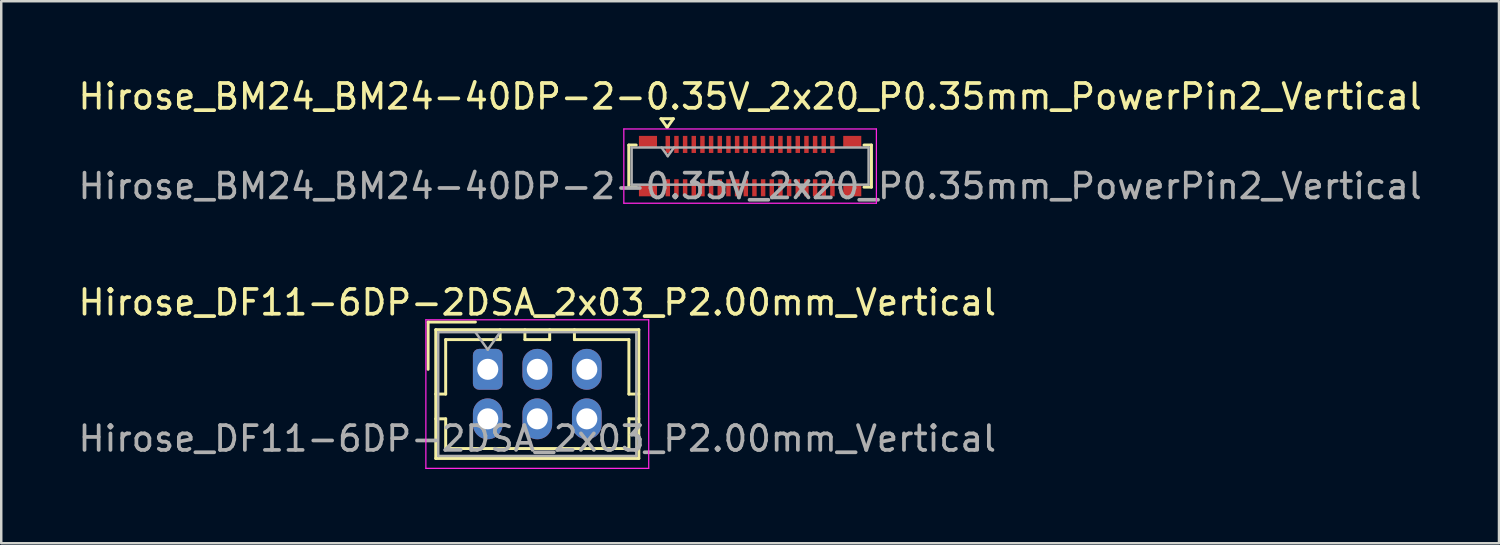
<source format=kicad_pcb>
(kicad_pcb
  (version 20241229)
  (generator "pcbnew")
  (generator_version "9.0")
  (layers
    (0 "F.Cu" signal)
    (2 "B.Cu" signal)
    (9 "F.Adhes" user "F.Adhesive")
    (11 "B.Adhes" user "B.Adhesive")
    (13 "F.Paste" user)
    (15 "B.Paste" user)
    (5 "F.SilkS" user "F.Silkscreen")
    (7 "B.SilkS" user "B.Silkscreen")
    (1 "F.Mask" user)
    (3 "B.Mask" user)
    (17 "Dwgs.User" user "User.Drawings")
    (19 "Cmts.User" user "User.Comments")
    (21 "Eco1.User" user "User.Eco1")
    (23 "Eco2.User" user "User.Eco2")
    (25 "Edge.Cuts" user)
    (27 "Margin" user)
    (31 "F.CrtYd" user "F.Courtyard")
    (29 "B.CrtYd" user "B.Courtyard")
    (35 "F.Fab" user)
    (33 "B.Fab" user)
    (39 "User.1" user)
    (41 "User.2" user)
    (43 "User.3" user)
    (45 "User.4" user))
  (footprint "Hirose_DF11-6DP-2DSA_2x03_P2.00mm_Vertical"
    (layer "F.Cu")
    (at 16.649 11.865)
    (property "Reference" "Hirose_DF11-6DP-2DSA_2x03_P2.00mm_Vertical" (at 2 -2.7 0) (layer "F.SilkS") (effects (font (size 1 1) (thickness 0.15))))
    (attr through_hole)
    (fp_line (start -2.41 -1.91) (end -0.5 -1.91) (stroke (width 0.12) (type solid)) (layer "F.SilkS"))
    (fp_line (start -2.41 0) (end -2.41 -1.91) (stroke (width 0.12) (type solid)) (layer "F.SilkS"))
    (fp_line (start -2.1 -1.6) (end -2.1 3.6) (stroke (width 0.12) (type solid)) (layer "F.SilkS"))
    (fp_line (start -2.1 1) (end -1.7 1) (stroke (width 0.12) (type solid)) (layer "F.SilkS"))
    (fp_line (start -2.1 2) (end -1.7 2) (stroke (width 0.12) (type solid)) (layer "F.SilkS"))
    (fp_line (start -2.1 3.6) (end 6.1 3.6) (stroke (width 0.12) (type solid)) (layer "F.SilkS"))
    (fp_line (start -1.7 -1.2) (end 0.5 -1.2) (stroke (width 0.12) (type solid)) (layer "F.SilkS"))
    (fp_line (start -1.7 1) (end -1.7 -1.2) (stroke (width 0.12) (type solid)) (layer "F.SilkS"))
    (fp_line (start -1.7 2) (end -1.7 3.2) (stroke (width 0.12) (type solid)) (layer "F.SilkS"))
    (fp_line (start -1.7 3.2) (end 5.7 3.2) (stroke (width 0.12) (type solid)) (layer "F.SilkS"))
    (fp_line (start 0.5 -1.2) (end 0.5 -1.6) (stroke (width 0.12) (type solid)) (layer "F.SilkS"))
    (fp_line (start 1.5 -1.6) (end 1.5 -1.2) (stroke (width 0.12) (type solid)) (layer "F.SilkS"))
    (fp_line (start 1.5 -1.2) (end 2.5 -1.2) (stroke (width 0.12) (type solid)) (layer "F.SilkS"))
    (fp_line (start 2.5 -1.2) (end 2.5 -1.6) (stroke (width 0.12) (type solid)) (layer "F.SilkS"))
    (fp_line (start 3.5 -1.2) (end 3.5 -1.6) (stroke (width 0.12) (type solid)) (layer "F.SilkS"))
    (fp_line (start 5.7 -1.2) (end 3.5 -1.2) (stroke (width 0.12) (type solid)) (layer "F.SilkS"))
    (fp_line (start 5.7 1) (end 5.7 -1.2) (stroke (width 0.12) (type solid)) (layer "F.SilkS"))
    (fp_line (start 5.7 2) (end 6.1 2) (stroke (width 0.12) (type solid)) (layer "F.SilkS"))
    (fp_line (start 5.7 3.2) (end 5.7 2) (stroke (width 0.12) (type solid)) (layer "F.SilkS"))
    (fp_line (start 6.1 -1.6) (end -2.1 -1.6) (stroke (width 0.12) (type solid)) (layer "F.SilkS"))
    (fp_line (start 6.1 1) (end 5.7 1) (stroke (width 0.12) (type solid)) (layer "F.SilkS"))
    (fp_line (start 6.1 3.6) (end 6.1 -1.6) (stroke (width 0.12) (type solid)) (layer "F.SilkS"))
    (fp_line (start -2.5 -2) (end -2.5 4) (stroke (width 0.05) (type solid)) (layer "F.CrtYd"))
    (fp_line (start -2.5 4) (end 6.5 4) (stroke (width 0.05) (type solid)) (layer "F.CrtYd"))
    (fp_line (start 6.5 -2) (end -2.5 -2) (stroke (width 0.05) (type solid)) (layer "F.CrtYd"))
    (fp_line (start 6.5 4) (end 6.5 -2) (stroke (width 0.05) (type solid)) (layer "F.CrtYd"))
    (fp_line (start -2 -1.5) (end -2 3.5) (stroke (width 0.1) (type solid)) (layer "F.Fab"))
    (fp_line (start -2 3.5) (end 6 3.5) (stroke (width 0.1) (type solid)) (layer "F.Fab"))
    (fp_line (start -0.5 -1.5) (end 0 -0.793) (stroke (width 0.1) (type solid)) (layer "F.Fab"))
    (fp_line (start 0 -0.793) (end 0.5 -1.5) (stroke (width 0.1) (type solid)) (layer "F.Fab"))
    (fp_line (start 6 -1.5) (end -2 -1.5) (stroke (width 0.1) (type solid)) (layer "F.Fab"))
    (fp_line (start 6 3.5) (end 6 -1.5) (stroke (width 0.1) (type solid)) (layer "F.Fab"))
    (fp_text user "${REFERENCE}" (at 2 2.8 0) (layer "F.Fab") (effects (font (size 1 1) (thickness 0.15))))
    (pad "1" thru_hole roundrect (at 0 0) (size 1.2 1.65) (drill 0.85) (layers "*.Cu" "*.Mask") (roundrect_rratio 0.208))
    (pad "2" thru_hole oval (at 0 2) (size 1.2 1.65) (drill 0.85) (layers "*.Cu" "*.Mask"))
    (pad "3" thru_hole oval (at 2 0) (size 1.2 1.65) (drill 0.85) (layers "*.Cu" "*.Mask"))
    (pad "4" thru_hole oval (at 2 2) (size 1.2 1.65) (drill 0.85) (layers "*.Cu" "*.Mask"))
    (pad "5" thru_hole oval (at 4 0) (size 1.2 1.65) (drill 0.85) (layers "*.Cu" "*.Mask"))
    (pad "6" thru_hole oval (at 4 2) (size 1.2 1.65) (drill 0.85) (layers "*.Cu" "*.Mask")))
  (footprint "Hirose_BM24_BM24-40DP-2-0.35V_2x20_P0.35mm_PowerPin2_Vertical"
    (layer "F.Cu")
    (at 27.244 3.658)
    (property "Reference" "Hirose_BM24_BM24-40DP-2-0.35V_2x20_P0.35mm_PowerPin2_Vertical" (at 0 -2.81 0) (layer "F.SilkS") (effects (font (size 1 1) (thickness 0.15))))
    (attr smd)
    (fp_line (start -4.9 -0.85) (end -4.9 0.85) (stroke (width 0.12) (type solid)) (layer "F.SilkS"))
    (fp_line (start -4.9 -0.85) (end -4.6 -0.85) (stroke (width 0.12) (type solid)) (layer "F.SilkS"))
    (fp_line (start -4.9 0.85) (end -4.6 0.85) (stroke (width 0.12) (type solid)) (layer "F.SilkS"))
    (fp_line (start -3.6 -1.914) (end -3.35 -1.56) (stroke (width 0.12) (type solid)) (layer "F.SilkS"))
    (fp_line (start -3.35 -1.56) (end -3.1 -1.914) (stroke (width 0.12) (type solid)) (layer "F.SilkS"))
    (fp_line (start -3.1 -1.914) (end -3.6 -1.914) (stroke (width 0.12) (type solid)) (layer "F.SilkS"))
    (fp_line (start 4.9 -0.85) (end 4.6 -0.85) (stroke (width 0.12) (type solid)) (layer "F.SilkS"))
    (fp_line (start 4.9 -0.85) (end 4.9 0.85) (stroke (width 0.12) (type solid)) (layer "F.SilkS"))
    (fp_line (start 4.9 0.85) (end 4.6 0.85) (stroke (width 0.12) (type solid)) (layer "F.SilkS"))
    (fp_line (start -5.1 -1.5) (end -5.1 1.5) (stroke (width 0.05) (type solid)) (layer "F.CrtYd"))
    (fp_line (start -5.1 1.5) (end 5.1 1.5) (stroke (width 0.05) (type solid)) (layer "F.CrtYd"))
    (fp_line (start 5.1 -1.5) (end -5.1 -1.5) (stroke (width 0.05) (type solid)) (layer "F.CrtYd"))
    (fp_line (start 5.1 1.5) (end 5.1 -1.5) (stroke (width 0.05) (type solid)) (layer "F.CrtYd"))
    (fp_line (start -4.785 -0.75) (end -4.785 0.75) (stroke (width 0.1) (type solid)) (layer "F.Fab"))
    (fp_line (start -4.785 -0.75) (end 4.785 -0.75) (stroke (width 0.1) (type solid)) (layer "F.Fab"))
    (fp_line (start -4.785 0.75) (end 4.785 0.75) (stroke (width 0.1) (type solid)) (layer "F.Fab"))
    (fp_line (start -3.575 -0.75) (end -3.325 -0.4) (stroke (width 0.1) (type solid)) (layer "F.Fab"))
    (fp_line (start -3.325 -0.4) (end -3.075 -0.75) (stroke (width 0.1) (type solid)) (layer "F.Fab"))
    (fp_line (start 4.785 -0.75) (end 4.785 0.75) (stroke (width 0.1) (type solid)) (layer "F.Fab"))
    (fp_text user "${REFERENCE}" (at 0 0.81 0) (layer "F.Fab") (effects (font (size 1 1) (thickness 0.15))))
    (pad "1" smd rect (at -3.325 -0.875) (size 0.18 0.69) (layers "F.Cu" "F.Mask" "F.Paste"))
    (pad "2" smd rect (at -3.325 0.875) (size 0.18 0.69) (layers "F.Cu" "F.Mask" "F.Paste"))
    (pad "3" smd rect (at -2.975 -0.875) (size 0.18 0.69) (layers "F.Cu" "F.Mask" "F.Paste"))
    (pad "4" smd rect (at -2.975 0.875) (size 0.18 0.69) (layers "F.Cu" "F.Mask" "F.Paste"))
    (pad "5" smd rect (at -2.625 -0.875) (size 0.18 0.69) (layers "F.Cu" "F.Mask" "F.Paste"))
    (pad "6" smd rect (at -2.625 0.875) (size 0.18 0.69) (layers "F.Cu" "F.Mask" "F.Paste"))
    (pad "7" smd rect (at -2.275 -0.875) (size 0.18 0.69) (layers "F.Cu" "F.Mask" "F.Paste"))
    (pad "8" smd rect (at -2.275 0.875) (size 0.18 0.69) (layers "F.Cu" "F.Mask" "F.Paste"))
    (pad "9" smd rect (at -1.925 -0.875) (size 0.18 0.69) (layers "F.Cu" "F.Mask" "F.Paste"))
    (pad "10" smd rect (at -1.925 0.875) (size 0.18 0.69) (layers "F.Cu" "F.Mask" "F.Paste"))
    (pad "11" smd rect (at -1.575 -0.875) (size 0.18 0.69) (layers "F.Cu" "F.Mask" "F.Paste"))
    (pad "12" smd rect (at -1.575 0.875) (size 0.18 0.69) (layers "F.Cu" "F.Mask" "F.Paste"))
    (pad "13" smd rect (at -1.225 -0.875) (size 0.18 0.69) (layers "F.Cu" "F.Mask" "F.Paste"))
    (pad "14" smd rect (at -1.225 0.875) (size 0.18 0.69) (layers "F.Cu" "F.Mask" "F.Paste"))
    (pad "15" smd rect (at -0.875 -0.875) (size 0.18 0.69) (layers "F.Cu" "F.Mask" "F.Paste"))
    (pad "16" smd rect (at -0.875 0.875) (size 0.18 0.69) (layers "F.Cu" "F.Mask" "F.Paste"))
    (pad "17" smd rect (at -0.525 -0.875) (size 0.18 0.69) (layers "F.Cu" "F.Mask" "F.Paste"))
    (pad "18" smd rect (at -0.525 0.875) (size 0.18 0.69) (layers "F.Cu" "F.Mask" "F.Paste"))
    (pad "19" smd rect (at -0.175 -0.875) (size 0.18 0.69) (layers "F.Cu" "F.Mask" "F.Paste"))
    (pad "20" smd rect (at -0.175 0.875) (size 0.18 0.69) (layers "F.Cu" "F.Mask" "F.Paste"))
    (pad "21" smd rect (at 0.175 -0.875) (size 0.18 0.69) (layers "F.Cu" "F.Mask" "F.Paste"))
    (pad "22" smd rect (at 0.175 0.875) (size 0.18 0.69) (layers "F.Cu" "F.Mask" "F.Paste"))
    (pad "23" smd rect (at 0.525 -0.875) (size 0.18 0.69) (layers "F.Cu" "F.Mask" "F.Paste"))
    (pad "24" smd rect (at 0.525 0.875) (size 0.18 0.69) (layers "F.Cu" "F.Mask" "F.Paste"))
    (pad "25" smd rect (at 0.875 -0.875) (size 0.18 0.69) (layers "F.Cu" "F.Mask" "F.Paste"))
    (pad "26" smd rect (at 0.875 0.875) (size 0.18 0.69) (layers "F.Cu" "F.Mask" "F.Paste"))
    (pad "27" smd rect (at 1.225 -0.875) (size 0.18 0.69) (layers "F.Cu" "F.Mask" "F.Paste"))
    (pad "28" smd rect (at 1.225 0.875) (size 0.18 0.69) (layers "F.Cu" "F.Mask" "F.Paste"))
    (pad "29" smd rect (at 1.575 -0.875) (size 0.18 0.69) (layers "F.Cu" "F.Mask" "F.Paste"))
    (pad "30" smd rect (at 1.575 0.875) (size 0.18 0.69) (layers "F.Cu" "F.Mask" "F.Paste"))
    (pad "31" smd rect (at 1.925 -0.875) (size 0.18 0.69) (layers "F.Cu" "F.Mask" "F.Paste"))
    (pad "32" smd rect (at 1.925 0.875) (size 0.18 0.69) (layers "F.Cu" "F.Mask" "F.Paste"))
    (pad "33" smd rect (at 2.275 -0.875) (size 0.18 0.69) (layers "F.Cu" "F.Mask" "F.Paste"))
    (pad "34" smd rect (at 2.275 0.875) (size 0.18 0.69) (layers "F.Cu" "F.Mask" "F.Paste"))
    (pad "35" smd rect (at 2.625 -0.875) (size 0.18 0.69) (layers "F.Cu" "F.Mask" "F.Paste"))
    (pad "36" smd rect (at 2.625 0.875) (size 0.18 0.69) (layers "F.Cu" "F.Mask" "F.Paste"))
    (pad "37" smd rect (at 2.975 -0.875) (size 0.18 0.69) (layers "F.Cu" "F.Mask" "F.Paste"))
    (pad "38" smd rect (at 2.975 0.875) (size 0.18 0.69) (layers "F.Cu" "F.Mask" "F.Paste"))
    (pad "39" smd rect (at 3.325 -0.875) (size 0.18 0.69) (layers "F.Cu" "F.Mask" "F.Paste"))
    (pad "40" smd rect (at 3.325 0.875) (size 0.18 0.69) (layers "F.Cu" "F.Mask" "F.Paste"))
    (pad "41" smd rect (at -4.125 -0.975) (size 0.73 0.49) (layers "F.Cu" "F.Mask" "F.Paste"))
    (pad "41" smd rect (at -4.125 0.975) (size 0.73 0.49) (layers "F.Cu" "F.Mask" "F.Paste"))
    (pad "42" smd rect (at 4.125 -0.975) (size 0.73 0.49) (layers "F.Cu" "F.Mask" "F.Paste"))
    (pad "42" smd rect (at 4.125 0.975) (size 0.73 0.49) (layers "F.Cu" "F.Mask" "F.Paste")))
  (gr_rect
    (start -3 -3)
    (end 57.488 18.89)
    (stroke (width 0.1) (type default))
    (fill no)
    (layer "Edge.Cuts")))
</source>
